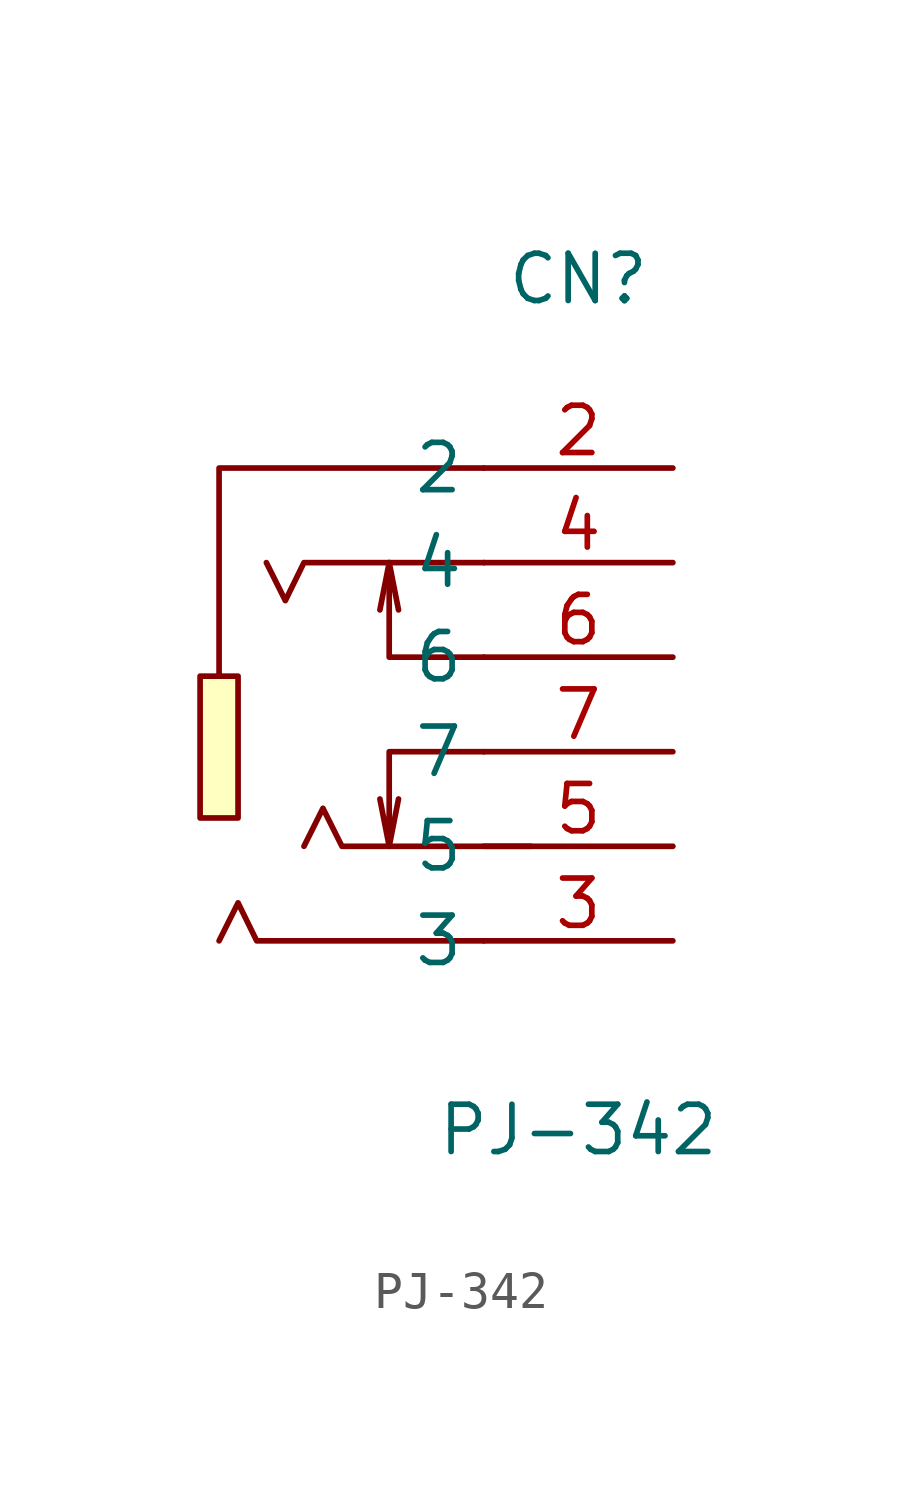
<source format=kicad_sym>
(kicad_symbol_lib
  (version 1)
  (generator "faebryk")
  (symbol "PJ-342"
    (property "Reference" "CN"
      (at 0 12.7 0)
      (effects (font (size 1.27 1.27)) (hide no)))
    (property "Value" "PJ-342"
      (at 0 -10.16 0)
      (effects (font (size 1.27 1.27)) (hide no)))
    (symbol "PJ-342_0_1"
      (polyline (stroke (width 0) (type default) (color 0 0 0 0)) (fill (type none)) (pts (xy -2.54 -5.08) (xy -8.64 -5.08) (xy -9.14 -4.06) (xy -9.65 -5.08)))
      (polyline (stroke (width 0) (type default) (color 0 0 0 0)) (fill (type none)) (pts (xy -5.08 5.08) (xy -5.33 3.81)))
      (polyline (stroke (width 0) (type default) (color 0 0 0 0)) (fill (type none)) (pts (xy -2.54 2.54) (xy -5.08 2.54) (xy -5.08 5.08) (xy -4.83 3.81)))
      (polyline (stroke (width 0) (type default) (color 0 0 0 0)) (fill (type none)) (pts (xy -2.54 5.08) (xy -7.37 5.08) (xy -7.87 4.06) (xy -8.38 5.08)))
      (polyline (stroke (width 0) (type default) (color 0 0 0 0)) (fill (type none)) (pts (xy -5.08 -2.54) (xy -4.83 -1.27)))
      (polyline (stroke (width 0) (type default) (color 0 0 0 0)) (fill (type none)) (pts (xy -2.54 0) (xy -5.08 0) (xy -5.08 -2.54) (xy -5.33 -1.27)))
      (polyline (stroke (width 0) (type default) (color 0 0 0 0)) (fill (type none)) (pts (xy -1.27 -2.54) (xy -6.35 -2.54) (xy -6.86 -1.52) (xy -7.37 -2.54)))
      (polyline (stroke (width 0) (type default) (color 0 0 0 0)) (fill (type none)) (pts (xy -2.54 7.62) (xy -9.65 7.62) (xy -9.65 2.03)))
      (rectangle (start -10.16 2.03) (end -9.14 -1.78) (stroke (width 0) (type default) (color 0 0 0 0)) (fill (type background)))
      (pin unspecified line (at 2.54 -5.08 180) (length 5.08) (name "3" (effects (font (size 1.27 1.27)) (hide no))) (number "3" (effects (font (size 1.27 1.27)) (hide no))))
      (pin unspecified line (at 2.54 5.08 180) (length 5.08) (name "4" (effects (font (size 1.27 1.27)) (hide no))) (number "4" (effects (font (size 1.27 1.27)) (hide no))))
      (pin unspecified line (at 2.54 2.54 180) (length 5.08) (name "6" (effects (font (size 1.27 1.27)) (hide no))) (number "6" (effects (font (size 1.27 1.27)) (hide no))))
      (pin unspecified line (at 2.54 -2.54 180) (length 5.08) (name "5" (effects (font (size 1.27 1.27)) (hide no))) (number "5" (effects (font (size 1.27 1.27)) (hide no))))
      (pin unspecified line (at 2.54 0 180) (length 5.08) (name "7" (effects (font (size 1.27 1.27)) (hide no))) (number "7" (effects (font (size 1.27 1.27)) (hide no))))
      (pin unspecified line (at 2.54 7.62 180) (length 5.08) (name "2" (effects (font (size 1.27 1.27)) (hide no))) (number "2" (effects (font (size 1.27 1.27)) (hide no)))))))
</source>
